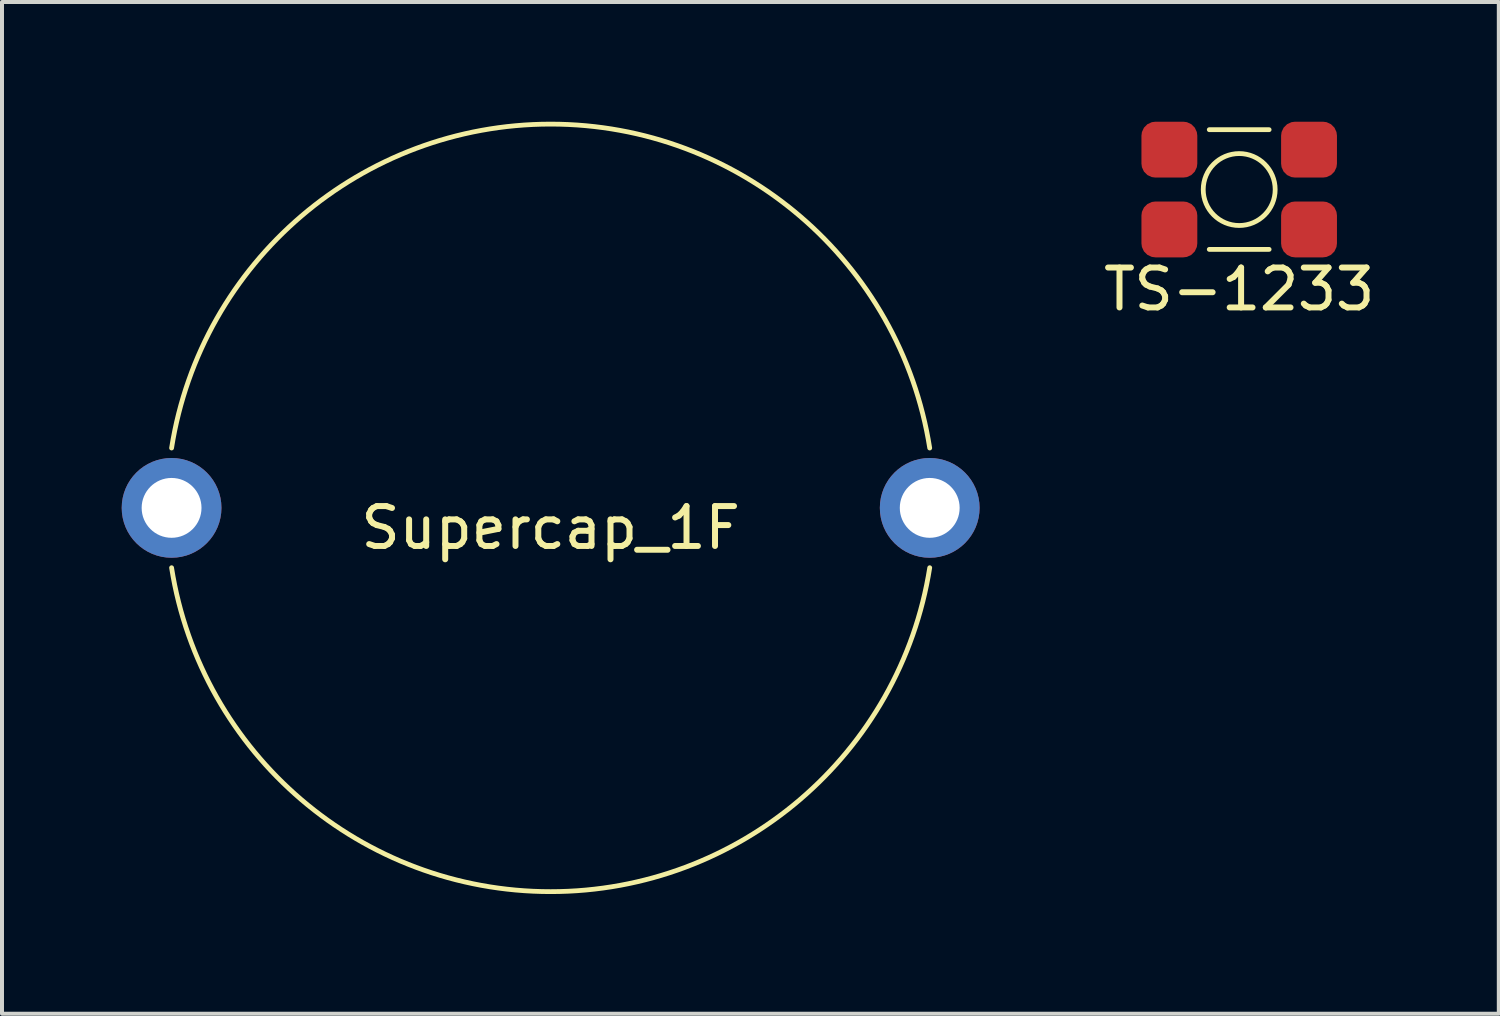
<source format=kicad_pcb>
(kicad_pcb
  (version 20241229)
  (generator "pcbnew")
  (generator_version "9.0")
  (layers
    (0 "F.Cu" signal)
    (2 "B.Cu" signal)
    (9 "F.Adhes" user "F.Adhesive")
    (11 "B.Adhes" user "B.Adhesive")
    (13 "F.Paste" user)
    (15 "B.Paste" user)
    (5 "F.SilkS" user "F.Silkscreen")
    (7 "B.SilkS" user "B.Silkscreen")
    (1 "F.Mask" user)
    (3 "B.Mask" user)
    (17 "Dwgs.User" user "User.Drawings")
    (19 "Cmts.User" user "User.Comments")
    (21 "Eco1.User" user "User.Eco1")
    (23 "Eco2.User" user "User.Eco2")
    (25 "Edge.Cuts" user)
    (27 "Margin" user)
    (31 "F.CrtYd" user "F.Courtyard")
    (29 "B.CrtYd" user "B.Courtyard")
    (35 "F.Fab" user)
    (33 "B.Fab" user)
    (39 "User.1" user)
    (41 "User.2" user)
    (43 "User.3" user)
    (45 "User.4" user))
  (footprint "Supercap_1F"
    (layer "F.Cu")
    (at 10.75 9.678)
    (property "Reference" "Supercap_1F" (at 0 0.5 0) (layer "F.SilkS") (effects (font (size 1 1) (thickness 0.15))))
    (attr through_hole)
    (fp_arc (start -9.5 -1.5) (mid 0 -9.617692) (end 9.5 -1.5) (stroke (width 0.12) (type solid)) (layer "F.SilkS"))
    (fp_arc (start 9.5 1.5) (mid 0 9.617692) (end -9.5 1.5) (stroke (width 0.12) (type solid)) (layer "F.SilkS"))
    (pad "1" thru_hole circle (at -9.5 0) (size 2.5 2.5) (drill 1.5) (layers "*.Cu" "F.Mask"))
    (pad "2" thru_hole circle (at 9.5 0) (size 2.5 2.5) (drill 1.5) (layers "*.Cu" "F.Mask")))
  (footprint "TS-1233"
    (layer "F.Cu")
    (at 28.006 1.7)
    (property "Reference" "TS-1233" (at 0 2.5 0) (layer "F.SilkS") (effects (font (size 1 1) (thickness 0.15))))
    (attr through_hole)
    (fp_line (start -0.75 -1.5) (end 0.75 -1.5) (stroke (width 0.12) (type solid)) (layer "F.SilkS"))
    (fp_line (start -0.75 1.5) (end 0.75 1.5) (stroke (width 0.12) (type solid)) (layer "F.SilkS"))
    (fp_circle (center 0 0) (end 0.75 -0.5) (stroke (width 0.12) (type solid)) (fill no) (layer "F.SilkS"))
    (pad "1" smd roundrect (at -1.75 -1) (size 1.4 1.4) (layers "F.Cu" "F.Mask" "F.Paste") (roundrect_rratio 0.25))
    (pad "1" smd roundrect (at 1.75 -1) (size 1.4 1.4) (layers "F.Cu" "F.Mask" "F.Paste") (roundrect_rratio 0.25))
    (pad "2" smd roundrect (at -1.75 1) (size 1.4 1.4) (layers "F.Cu" "F.Mask" "F.Paste") (roundrect_rratio 0.25))
    (pad "2" smd roundrect (at 1.75 1) (size 1.4 1.4) (layers "F.Cu" "F.Mask" "F.Paste") (roundrect_rratio 0.25)))
  (gr_rect
    (start -3 -3)
    (end 34.512 22.355)
    (stroke (width 0.1) (type default))
    (fill no)
    (layer "Edge.Cuts")))
</source>
